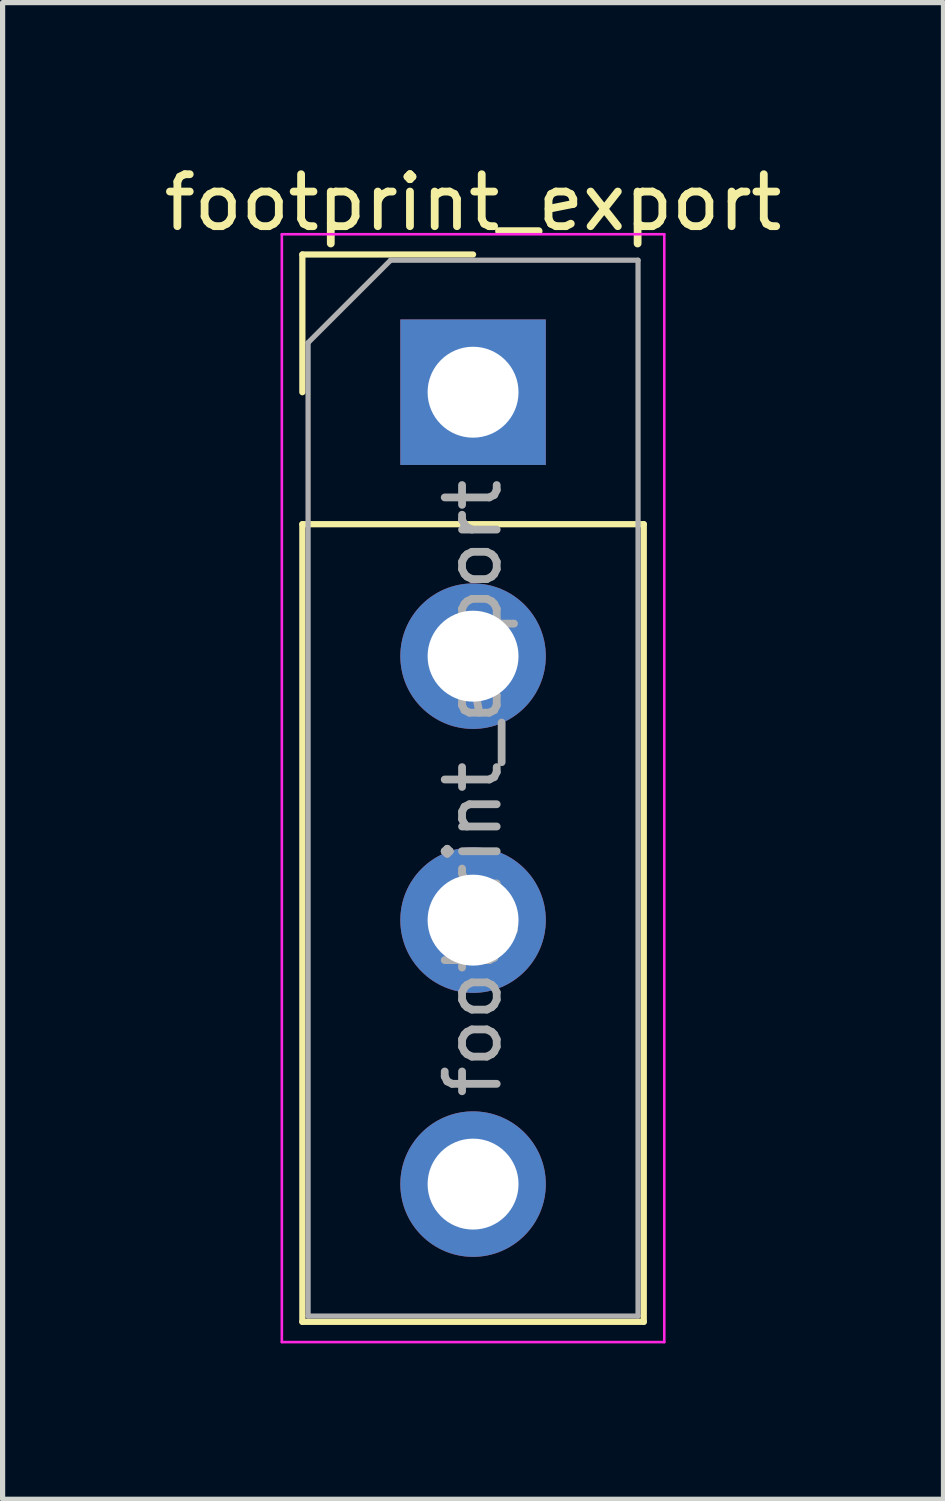
<source format=kicad_pcb>
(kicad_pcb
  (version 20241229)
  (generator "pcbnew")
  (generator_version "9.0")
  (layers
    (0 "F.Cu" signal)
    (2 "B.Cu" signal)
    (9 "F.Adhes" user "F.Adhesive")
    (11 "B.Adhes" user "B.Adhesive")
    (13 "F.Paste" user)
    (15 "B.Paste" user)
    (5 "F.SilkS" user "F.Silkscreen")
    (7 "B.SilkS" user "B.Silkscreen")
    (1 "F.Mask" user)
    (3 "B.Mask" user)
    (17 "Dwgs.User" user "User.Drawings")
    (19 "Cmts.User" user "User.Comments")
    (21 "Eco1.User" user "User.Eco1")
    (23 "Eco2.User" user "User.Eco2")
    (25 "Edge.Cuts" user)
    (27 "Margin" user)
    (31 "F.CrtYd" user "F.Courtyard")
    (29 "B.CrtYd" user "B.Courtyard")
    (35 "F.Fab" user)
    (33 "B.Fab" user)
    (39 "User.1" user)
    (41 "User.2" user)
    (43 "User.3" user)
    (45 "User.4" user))
  (footprint "footprint_export"
    (layer "F.Cu")
    (at 6.054 4.498)
    (property "Reference" "footprint_export" (at 0 -3.65 0) (layer "F.SilkS") (effects (font (size 1 1) (thickness 0.15))))
    (attr through_hole)
    (fp_line (start -3.285 -2.65) (end 0 -2.65) (stroke (width 0.12) (type solid)) (layer "F.SilkS"))
    (fp_line (start -3.285 0) (end -3.285 -2.65) (stroke (width 0.12) (type solid)) (layer "F.SilkS"))
    (fp_line (start -3.285 2.54) (end -3.285 17.89) (stroke (width 0.12) (type solid)) (layer "F.SilkS"))
    (fp_line (start -3.285 2.54) (end 3.285 2.54) (stroke (width 0.12) (type solid)) (layer "F.SilkS"))
    (fp_line (start -3.285 17.89) (end 3.285 17.89) (stroke (width 0.12) (type solid)) (layer "F.SilkS"))
    (fp_line (start 3.285 2.54) (end 3.285 17.89) (stroke (width 0.12) (type solid)) (layer "F.SilkS"))
    (fp_line (start -3.68 -3.04) (end -3.68 18.28) (stroke (width 0.05) (type solid)) (layer "F.CrtYd"))
    (fp_line (start -3.68 18.28) (end 3.68 18.28) (stroke (width 0.05) (type solid)) (layer "F.CrtYd"))
    (fp_line (start 3.68 -3.04) (end -3.68 -3.04) (stroke (width 0.05) (type solid)) (layer "F.CrtYd"))
    (fp_line (start 3.68 18.28) (end 3.68 -3.04) (stroke (width 0.05) (type solid)) (layer "F.CrtYd"))
    (fp_line (start -3.175 -0.953) (end -1.587 -2.54) (stroke (width 0.1) (type solid)) (layer "F.Fab"))
    (fp_line (start -3.175 17.78) (end -3.175 -0.953) (stroke (width 0.1) (type solid)) (layer "F.Fab"))
    (fp_line (start -1.587 -2.54) (end 3.175 -2.54) (stroke (width 0.1) (type solid)) (layer "F.Fab"))
    (fp_line (start 3.175 -2.54) (end 3.175 17.78) (stroke (width 0.1) (type solid)) (layer "F.Fab"))
    (fp_line (start 3.175 17.78) (end -3.175 17.78) (stroke (width 0.1) (type solid)) (layer "F.Fab"))
    (fp_text user "${REFERENCE}" (at 0 7.62 90) (layer "F.Fab") (effects (font (size 1 1) (thickness 0.15))))
    (pad "1" thru_hole rect (at 0 0) (size 2.8 2.8) (drill 1.75) (layers "*.Cu" "*.Mask"))
    (pad "2" thru_hole circle (at 0 5.08) (size 2.8 2.8) (drill 1.75) (layers "*.Cu" "*.Mask"))
    (pad "3" thru_hole circle (at 0 10.16) (size 2.8 2.8) (drill 1.75) (layers "*.Cu" "*.Mask"))
    (pad "4" thru_hole circle (at 0 15.24) (size 2.8 2.8) (drill 1.75) (layers "*.Cu" "*.Mask")))
  (gr_rect
    (start -3 -3)
    (end 15.107 25.803)
    (stroke (width 0.1) (type default))
    (fill no)
    (layer "Edge.Cuts")))
</source>
